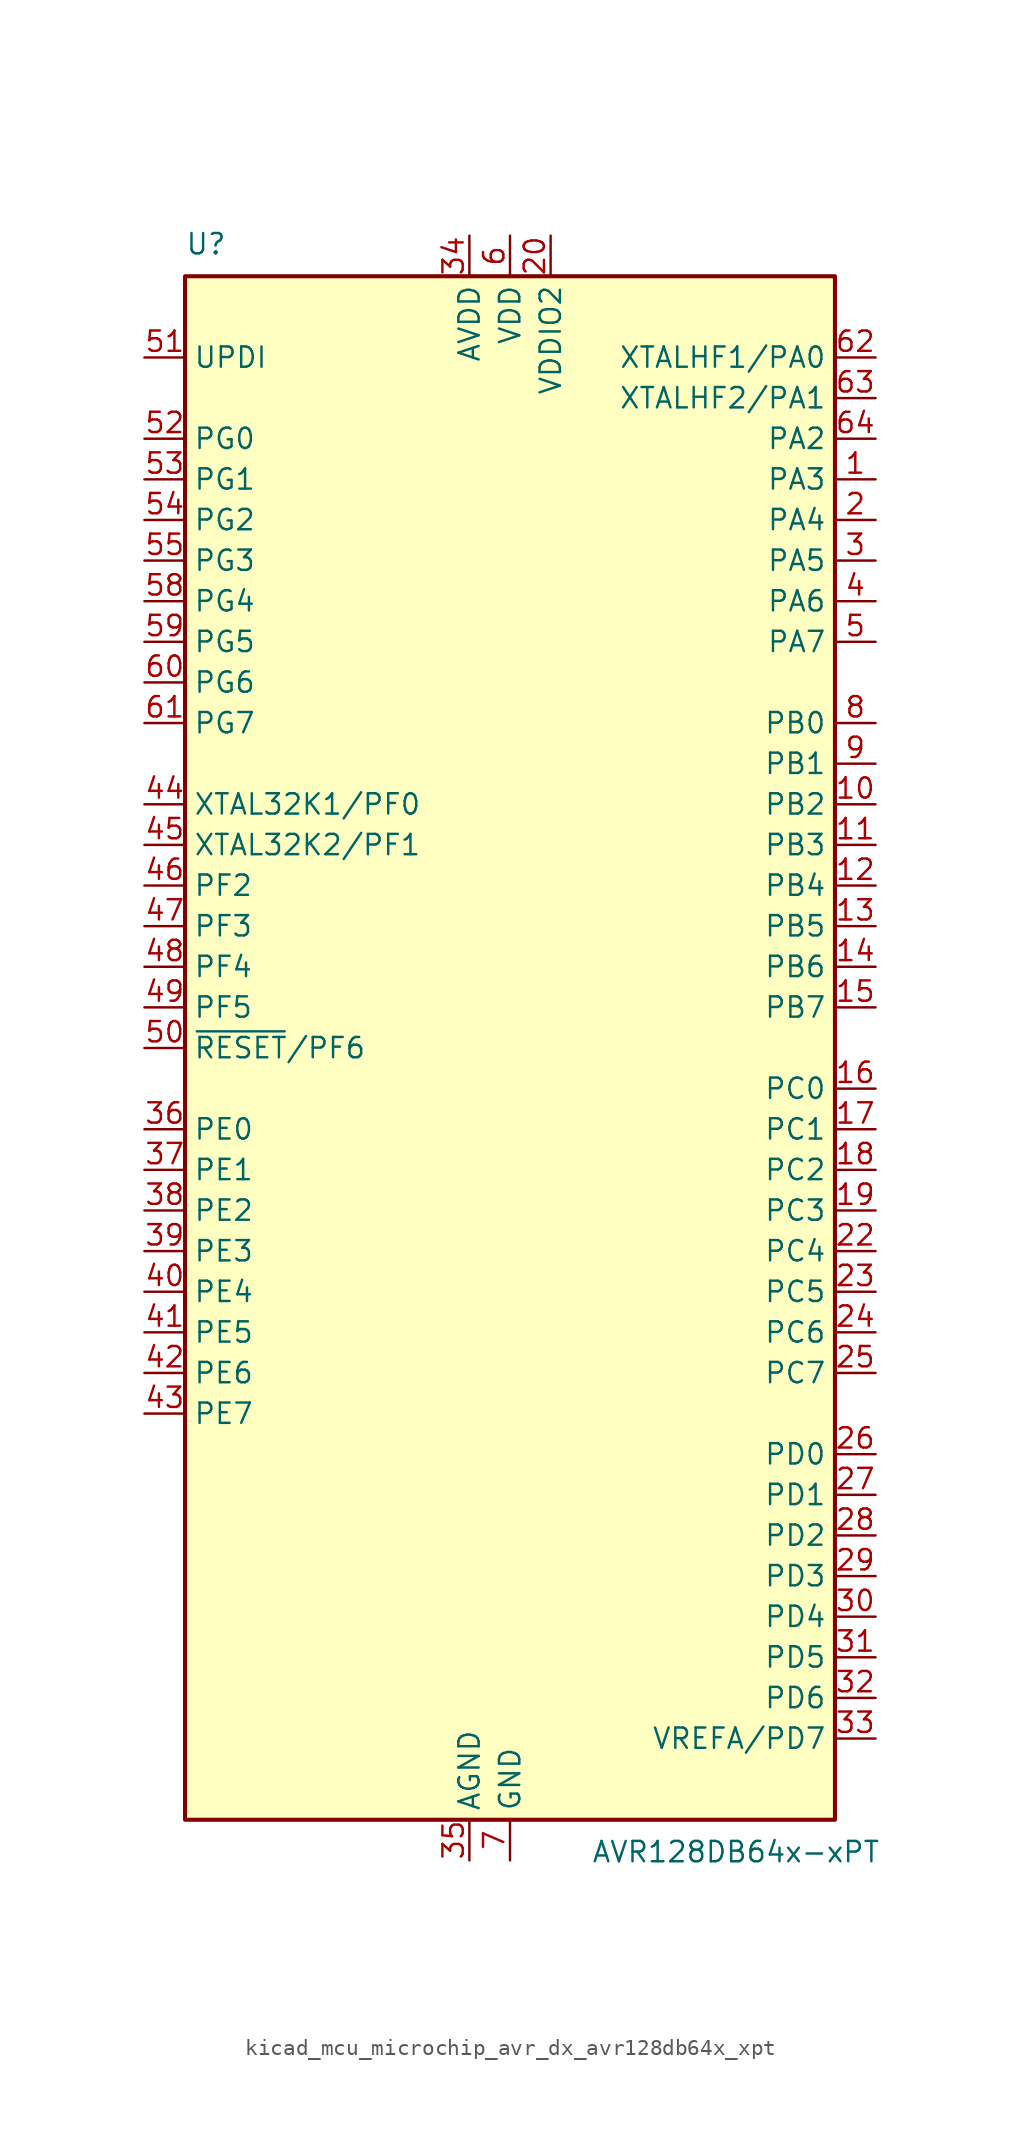
<source format=kicad_sym>
(kicad_symbol_lib
  (version 20220914)
  (generator kicad_symbol_editor)
  (symbol "kicad_mcu_microchip_avr_dx_avr128db64x_xpt"
    (property "Reference" "U"
      (at -20.32 49.53 0)
      (effects (font (size 1.27 1.27)) (justify left bottom)))
    (property "Value" "AVR128DB64x-xPT"
      (at 5.08 -49.53 0)
      (effects (font (size 1.27 1.27)) (justify left top)))
    (symbol "kicad_mcu_microchip_avr_dx_avr128db64x_xpt_0_1"
      (rectangle (start -20.32 48.26) (end 20.32 -48.26) (stroke (width 0.254) (type default)) (fill (type background))))
    (symbol "kicad_mcu_microchip_avr_dx_avr128db64x_xpt_1_1"
      (pin bidirectional line (at 22.86 35.56 180) (length 2.54) (name "PA3" (effects (font (size 1.27 1.27)))) (number "1" (effects (font (size 1.27 1.27)))))
      (pin bidirectional line (at 22.86 15.24 180) (length 2.54) (name "PB2" (effects (font (size 1.27 1.27)))) (number "10" (effects (font (size 1.27 1.27)))))
      (pin bidirectional line (at 22.86 12.7 180) (length 2.54) (name "PB3" (effects (font (size 1.27 1.27)))) (number "11" (effects (font (size 1.27 1.27)))))
      (pin bidirectional line (at 22.86 10.16 180) (length 2.54) (name "PB4" (effects (font (size 1.27 1.27)))) (number "12" (effects (font (size 1.27 1.27)))))
      (pin bidirectional line (at 22.86 7.62 180) (length 2.54) (name "PB5" (effects (font (size 1.27 1.27)))) (number "13" (effects (font (size 1.27 1.27)))))
      (pin bidirectional line (at 22.86 5.08 180) (length 2.54) (name "PB6" (effects (font (size 1.27 1.27)))) (number "14" (effects (font (size 1.27 1.27)))))
      (pin bidirectional line (at 22.86 2.54 180) (length 2.54) (name "PB7" (effects (font (size 1.27 1.27)))) (number "15" (effects (font (size 1.27 1.27)))))
      (pin bidirectional line (at 22.86 -2.54 180) (length 2.54) (name "PC0" (effects (font (size 1.27 1.27)))) (number "16" (effects (font (size 1.27 1.27)))))
      (pin bidirectional line (at 22.86 -5.08 180) (length 2.54) (name "PC1" (effects (font (size 1.27 1.27)))) (number "17" (effects (font (size 1.27 1.27)))))
      (pin bidirectional line (at 22.86 -7.62 180) (length 2.54) (name "PC2" (effects (font (size 1.27 1.27)))) (number "18" (effects (font (size 1.27 1.27)))))
      (pin bidirectional line (at 22.86 -10.16 180) (length 2.54) (name "PC3" (effects (font (size 1.27 1.27)))) (number "19" (effects (font (size 1.27 1.27)))))
      (pin bidirectional line (at 22.86 33.02 180) (length 2.54) (name "PA4" (effects (font (size 1.27 1.27)))) (number "2" (effects (font (size 1.27 1.27)))))
      (pin power_in line (at 2.54 50.8 270) (length 2.54) (name "VDDIO2" (effects (font (size 1.27 1.27)))) (number "20" (effects (font (size 1.27 1.27)))))
      (pin passive line (at 0 -50.8 90) (length 2.54) hide (name "GND" (effects (font (size 1.27 1.27)))) (number "21" (effects (font (size 1.27 1.27)))))
      (pin bidirectional line (at 22.86 -12.7 180) (length 2.54) (name "PC4" (effects (font (size 1.27 1.27)))) (number "22" (effects (font (size 1.27 1.27)))))
      (pin bidirectional line (at 22.86 -15.24 180) (length 2.54) (name "PC5" (effects (font (size 1.27 1.27)))) (number "23" (effects (font (size 1.27 1.27)))))
      (pin bidirectional line (at 22.86 -17.78 180) (length 2.54) (name "PC6" (effects (font (size 1.27 1.27)))) (number "24" (effects (font (size 1.27 1.27)))))
      (pin bidirectional line (at 22.86 -20.32 180) (length 2.54) (name "PC7" (effects (font (size 1.27 1.27)))) (number "25" (effects (font (size 1.27 1.27)))))
      (pin bidirectional line (at 22.86 -25.4 180) (length 2.54) (name "PD0" (effects (font (size 1.27 1.27)))) (number "26" (effects (font (size 1.27 1.27)))))
      (pin bidirectional line (at 22.86 -27.94 180) (length 2.54) (name "PD1" (effects (font (size 1.27 1.27)))) (number "27" (effects (font (size 1.27 1.27)))))
      (pin bidirectional line (at 22.86 -30.48 180) (length 2.54) (name "PD2" (effects (font (size 1.27 1.27)))) (number "28" (effects (font (size 1.27 1.27)))))
      (pin bidirectional line (at 22.86 -33.02 180) (length 2.54) (name "PD3" (effects (font (size 1.27 1.27)))) (number "29" (effects (font (size 1.27 1.27)))))
      (pin bidirectional line (at 22.86 30.48 180) (length 2.54) (name "PA5" (effects (font (size 1.27 1.27)))) (number "3" (effects (font (size 1.27 1.27)))))
      (pin bidirectional line (at 22.86 -35.56 180) (length 2.54) (name "PD4" (effects (font (size 1.27 1.27)))) (number "30" (effects (font (size 1.27 1.27)))))
      (pin bidirectional line (at 22.86 -38.1 180) (length 2.54) (name "PD5" (effects (font (size 1.27 1.27)))) (number "31" (effects (font (size 1.27 1.27)))))
      (pin bidirectional line (at 22.86 -40.64 180) (length 2.54) (name "PD6" (effects (font (size 1.27 1.27)))) (number "32" (effects (font (size 1.27 1.27)))))
      (pin bidirectional line (at 22.86 -43.18 180) (length 2.54) (name "VREFA/PD7" (effects (font (size 1.27 1.27)))) (number "33" (effects (font (size 1.27 1.27)))))
      (pin power_in line (at -2.54 50.8 270) (length 2.54) (name "AVDD" (effects (font (size 1.27 1.27)))) (number "34" (effects (font (size 1.27 1.27)))))
      (pin power_in line (at -2.54 -50.8 90) (length 2.54) (name "AGND" (effects (font (size 1.27 1.27)))) (number "35" (effects (font (size 1.27 1.27)))))
      (pin bidirectional line (at -22.86 -5.08 0) (length 2.54) (name "PE0" (effects (font (size 1.27 1.27)))) (number "36" (effects (font (size 1.27 1.27)))))
      (pin bidirectional line (at -22.86 -7.62 0) (length 2.54) (name "PE1" (effects (font (size 1.27 1.27)))) (number "37" (effects (font (size 1.27 1.27)))))
      (pin bidirectional line (at -22.86 -10.16 0) (length 2.54) (name "PE2" (effects (font (size 1.27 1.27)))) (number "38" (effects (font (size 1.27 1.27)))))
      (pin bidirectional line (at -22.86 -12.7 0) (length 2.54) (name "PE3" (effects (font (size 1.27 1.27)))) (number "39" (effects (font (size 1.27 1.27)))))
      (pin bidirectional line (at 22.86 27.94 180) (length 2.54) (name "PA6" (effects (font (size 1.27 1.27)))) (number "4" (effects (font (size 1.27 1.27)))))
      (pin bidirectional line (at -22.86 -15.24 0) (length 2.54) (name "PE4" (effects (font (size 1.27 1.27)))) (number "40" (effects (font (size 1.27 1.27)))))
      (pin bidirectional line (at -22.86 -17.78 0) (length 2.54) (name "PE5" (effects (font (size 1.27 1.27)))) (number "41" (effects (font (size 1.27 1.27)))))
      (pin bidirectional line (at -22.86 -20.32 0) (length 2.54) (name "PE6" (effects (font (size 1.27 1.27)))) (number "42" (effects (font (size 1.27 1.27)))))
      (pin bidirectional line (at -22.86 -22.86 0) (length 2.54) (name "PE7" (effects (font (size 1.27 1.27)))) (number "43" (effects (font (size 1.27 1.27)))))
      (pin bidirectional line (at -22.86 15.24 0) (length 2.54) (name "XTAL32K1/PF0" (effects (font (size 1.27 1.27)))) (number "44" (effects (font (size 1.27 1.27)))))
      (pin bidirectional line (at -22.86 12.7 0) (length 2.54) (name "XTAL32K2/PF1" (effects (font (size 1.27 1.27)))) (number "45" (effects (font (size 1.27 1.27)))))
      (pin bidirectional line (at -22.86 10.16 0) (length 2.54) (name "PF2" (effects (font (size 1.27 1.27)))) (number "46" (effects (font (size 1.27 1.27)))))
      (pin bidirectional line (at -22.86 7.62 0) (length 2.54) (name "PF3" (effects (font (size 1.27 1.27)))) (number "47" (effects (font (size 1.27 1.27)))))
      (pin bidirectional line (at -22.86 5.08 0) (length 2.54) (name "PF4" (effects (font (size 1.27 1.27)))) (number "48" (effects (font (size 1.27 1.27)))))
      (pin bidirectional line (at -22.86 2.54 0) (length 2.54) (name "PF5" (effects (font (size 1.27 1.27)))) (number "49" (effects (font (size 1.27 1.27)))))
      (pin bidirectional line (at 22.86 25.4 180) (length 2.54) (name "PA7" (effects (font (size 1.27 1.27)))) (number "5" (effects (font (size 1.27 1.27)))))
      (pin bidirectional line (at -22.86 0 0) (length 2.54) (name "~{RESET}/PF6" (effects (font (size 1.27 1.27)))) (number "50" (effects (font (size 1.27 1.27)))))
      (pin input line (at -22.86 43.18 0) (length 2.54) (name "UPDI" (effects (font (size 1.27 1.27)))) (number "51" (effects (font (size 1.27 1.27)))))
      (pin bidirectional line (at -22.86 38.1 0) (length 2.54) (name "PG0" (effects (font (size 1.27 1.27)))) (number "52" (effects (font (size 1.27 1.27)))))
      (pin bidirectional line (at -22.86 35.56 0) (length 2.54) (name "PG1" (effects (font (size 1.27 1.27)))) (number "53" (effects (font (size 1.27 1.27)))))
      (pin bidirectional line (at -22.86 33.02 0) (length 2.54) (name "PG2" (effects (font (size 1.27 1.27)))) (number "54" (effects (font (size 1.27 1.27)))))
      (pin bidirectional line (at -22.86 30.48 0) (length 2.54) (name "PG3" (effects (font (size 1.27 1.27)))) (number "55" (effects (font (size 1.27 1.27)))))
      (pin passive line (at 0 50.8 270) (length 2.54) hide (name "VDD" (effects (font (size 1.27 1.27)))) (number "56" (effects (font (size 1.27 1.27)))))
      (pin passive line (at 0 -50.8 90) (length 2.54) hide (name "GND" (effects (font (size 1.27 1.27)))) (number "57" (effects (font (size 1.27 1.27)))))
      (pin bidirectional line (at -22.86 27.94 0) (length 2.54) (name "PG4" (effects (font (size 1.27 1.27)))) (number "58" (effects (font (size 1.27 1.27)))))
      (pin bidirectional line (at -22.86 25.4 0) (length 2.54) (name "PG5" (effects (font (size 1.27 1.27)))) (number "59" (effects (font (size 1.27 1.27)))))
      (pin power_in line (at 0 50.8 270) (length 2.54) (name "VDD" (effects (font (size 1.27 1.27)))) (number "6" (effects (font (size 1.27 1.27)))))
      (pin bidirectional line (at -22.86 22.86 0) (length 2.54) (name "PG6" (effects (font (size 1.27 1.27)))) (number "60" (effects (font (size 1.27 1.27)))))
      (pin bidirectional line (at -22.86 20.32 0) (length 2.54) (name "PG7" (effects (font (size 1.27 1.27)))) (number "61" (effects (font (size 1.27 1.27)))))
      (pin bidirectional line (at 22.86 43.18 180) (length 2.54) (name "XTALHF1/PA0" (effects (font (size 1.27 1.27)))) (number "62" (effects (font (size 1.27 1.27)))))
      (pin bidirectional line (at 22.86 40.64 180) (length 2.54) (name "XTALHF2/PA1" (effects (font (size 1.27 1.27)))) (number "63" (effects (font (size 1.27 1.27)))))
      (pin bidirectional line (at 22.86 38.1 180) (length 2.54) (name "PA2" (effects (font (size 1.27 1.27)))) (number "64" (effects (font (size 1.27 1.27)))))
      (pin power_in line (at 0 -50.8 90) (length 2.54) (name "GND" (effects (font (size 1.27 1.27)))) (number "7" (effects (font (size 1.27 1.27)))))
      (pin bidirectional line (at 22.86 20.32 180) (length 2.54) (name "PB0" (effects (font (size 1.27 1.27)))) (number "8" (effects (font (size 1.27 1.27)))))
      (pin bidirectional line (at 22.86 17.78 180) (length 2.54) (name "PB1" (effects (font (size 1.27 1.27)))) (number "9" (effects (font (size 1.27 1.27))))))))
</source>
